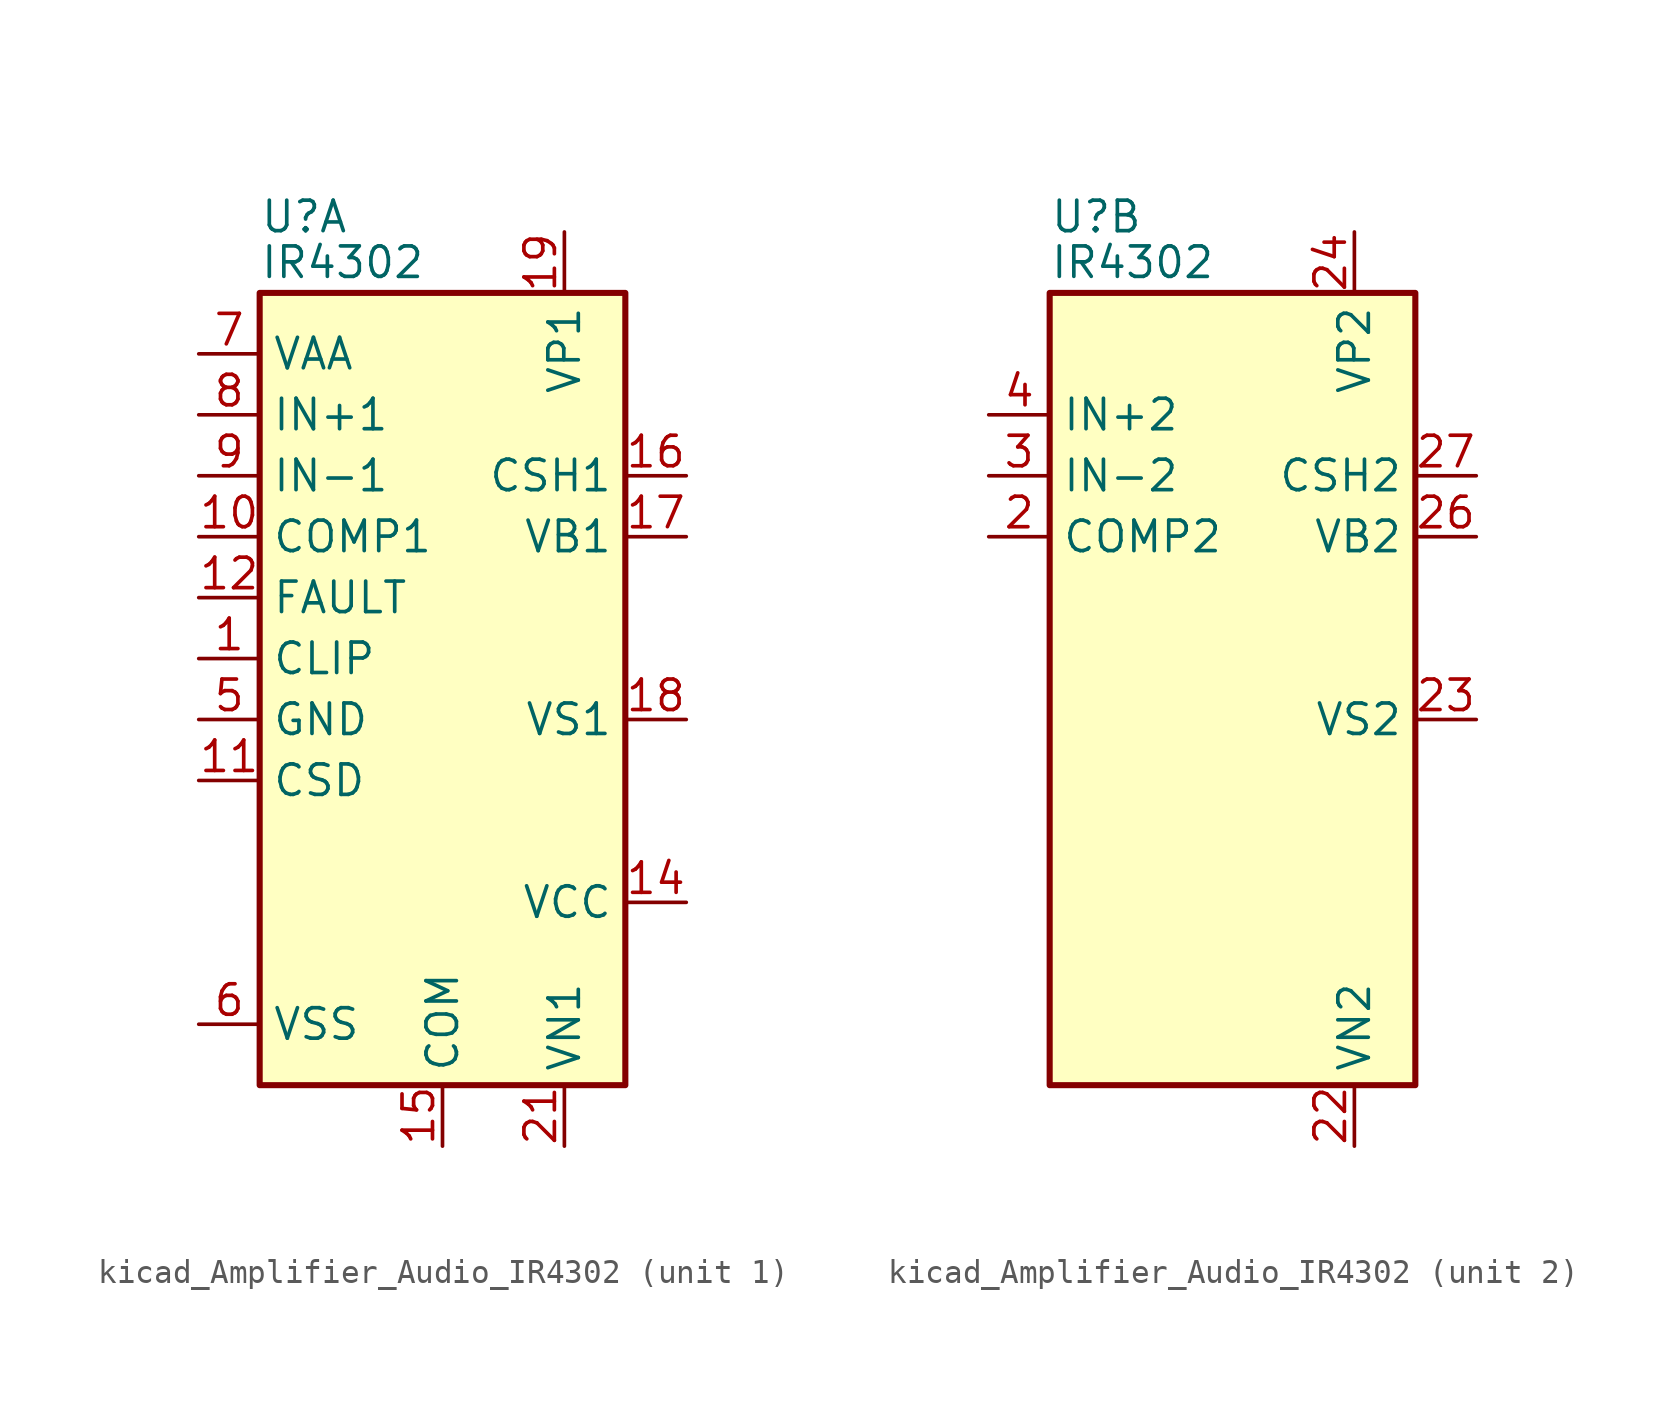
<source format=kicad_sym>
(kicad_symbol_lib
  (version 20220914)
  (generator kicad_symbol_editor)
  (symbol "kicad_Amplifier_Audio_IR4302"
    (property "Reference" "U"
      (at -7.62 20.955 0)
      (effects (font (size 1.27 1.27)) (justify left)))
    (property "Value" "IR4302"
      (at -7.62 19.05 0)
      (effects (font (size 1.27 1.27)) (justify left)))
    (property "ki_locked" ""
      (at 0 0 0)
      (effects (font (size 1.27 1.27))))
    (symbol "kicad_Amplifier_Audio_IR4302_0_1"
      (rectangle (start -7.62 -15.24) (end 7.62 17.78) (stroke (width 0.254) (type default)) (fill (type background))))
    (symbol "kicad_Amplifier_Audio_IR4302_1_1"
      (pin open_collector line (at -10.16 2.54 0) (length 2.54) (name "CLIP" (effects (font (size 1.27 1.27)))) (number "1" (effects (font (size 1.27 1.27)))))
      (pin output line (at -10.16 7.62 0) (length 2.54) (name "COMP1" (effects (font (size 1.27 1.27)))) (number "10" (effects (font (size 1.27 1.27)))))
      (pin passive line (at -10.16 -2.54 0) (length 2.54) (name "CSD" (effects (font (size 1.27 1.27)))) (number "11" (effects (font (size 1.27 1.27)))))
      (pin open_collector line (at -10.16 5.08 0) (length 2.54) (name "FAULT" (effects (font (size 1.27 1.27)))) (number "12" (effects (font (size 1.27 1.27)))))
      (pin no_connect line (at -7.62 -5.08 0) (length 2.54) hide (name "NC" (effects (font (size 1.27 1.27)))) (number "13" (effects (font (size 1.27 1.27)))))
      (pin power_in line (at 10.16 -7.62 180) (length 2.54) (name "VCC" (effects (font (size 1.27 1.27)))) (number "14" (effects (font (size 1.27 1.27)))))
      (pin power_in line (at 0 -17.78 90) (length 2.54) (name "COM" (effects (font (size 1.27 1.27)))) (number "15" (effects (font (size 1.27 1.27)))))
      (pin passive line (at 10.16 10.16 180) (length 2.54) (name "CSH1" (effects (font (size 1.27 1.27)))) (number "16" (effects (font (size 1.27 1.27)))))
      (pin power_in line (at 10.16 7.62 180) (length 2.54) (name "VB1" (effects (font (size 1.27 1.27)))) (number "17" (effects (font (size 1.27 1.27)))))
      (pin output line (at 10.16 0 180) (length 2.54) (name "VS1" (effects (font (size 1.27 1.27)))) (number "18" (effects (font (size 1.27 1.27)))))
      (pin power_in line (at 5.08 20.32 270) (length 2.54) (name "VP1" (effects (font (size 1.27 1.27)))) (number "19" (effects (font (size 1.27 1.27)))))
      (pin passive line (at 10.16 0 180) (length 2.54) hide (name "VS1" (effects (font (size 1.27 1.27)))) (number "20" (effects (font (size 1.27 1.27)))))
      (pin power_in line (at 5.08 -17.78 90) (length 2.54) (name "VN1" (effects (font (size 1.27 1.27)))) (number "21" (effects (font (size 1.27 1.27)))))
      (pin passive line (at 0 -17.78 90) (length 2.54) hide (name "COM" (effects (font (size 1.27 1.27)))) (number "28" (effects (font (size 1.27 1.27)))))
      (pin no_connect line (at -7.62 -7.62 0) (length 2.54) hide (name "NC" (effects (font (size 1.27 1.27)))) (number "29" (effects (font (size 1.27 1.27)))))
      (pin no_connect line (at -7.62 -10.16 0) (length 2.54) hide (name "NC" (effects (font (size 1.27 1.27)))) (number "30" (effects (font (size 1.27 1.27)))))
      (pin passive line (at 0 -17.78 90) (length 2.54) hide (name "COM" (effects (font (size 1.27 1.27)))) (number "31" (effects (font (size 1.27 1.27)))))
      (pin power_in line (at -10.16 0 0) (length 2.54) (name "GND" (effects (font (size 1.27 1.27)))) (number "5" (effects (font (size 1.27 1.27)))))
      (pin power_in line (at -10.16 -12.7 0) (length 2.54) (name "VSS" (effects (font (size 1.27 1.27)))) (number "6" (effects (font (size 1.27 1.27)))))
      (pin power_in line (at -10.16 15.24 0) (length 2.54) (name "VAA" (effects (font (size 1.27 1.27)))) (number "7" (effects (font (size 1.27 1.27)))))
      (pin input line (at -10.16 12.7 0) (length 2.54) (name "IN+1" (effects (font (size 1.27 1.27)))) (number "8" (effects (font (size 1.27 1.27)))))
      (pin input line (at -10.16 10.16 0) (length 2.54) (name "IN-1" (effects (font (size 1.27 1.27)))) (number "9" (effects (font (size 1.27 1.27))))))
    (symbol "kicad_Amplifier_Audio_IR4302_2_1"
      (pin output line (at -10.16 7.62 0) (length 2.54) (name "COMP2" (effects (font (size 1.27 1.27)))) (number "2" (effects (font (size 1.27 1.27)))))
      (pin power_in line (at 5.08 -17.78 90) (length 2.54) (name "VN2" (effects (font (size 1.27 1.27)))) (number "22" (effects (font (size 1.27 1.27)))))
      (pin output line (at 10.16 0 180) (length 2.54) (name "VS2" (effects (font (size 1.27 1.27)))) (number "23" (effects (font (size 1.27 1.27)))))
      (pin power_in line (at 5.08 20.32 270) (length 2.54) (name "VP2" (effects (font (size 1.27 1.27)))) (number "24" (effects (font (size 1.27 1.27)))))
      (pin passive line (at 10.16 0 180) (length 2.54) hide (name "VS2" (effects (font (size 1.27 1.27)))) (number "25" (effects (font (size 1.27 1.27)))))
      (pin power_in line (at 10.16 7.62 180) (length 2.54) (name "VB2" (effects (font (size 1.27 1.27)))) (number "26" (effects (font (size 1.27 1.27)))))
      (pin passive line (at 10.16 10.16 180) (length 2.54) (name "CSH2" (effects (font (size 1.27 1.27)))) (number "27" (effects (font (size 1.27 1.27)))))
      (pin input line (at -10.16 10.16 0) (length 2.54) (name "IN-2" (effects (font (size 1.27 1.27)))) (number "3" (effects (font (size 1.27 1.27)))))
      (pin input line (at -10.16 12.7 0) (length 2.54) (name "IN+2" (effects (font (size 1.27 1.27)))) (number "4" (effects (font (size 1.27 1.27))))))))
</source>
